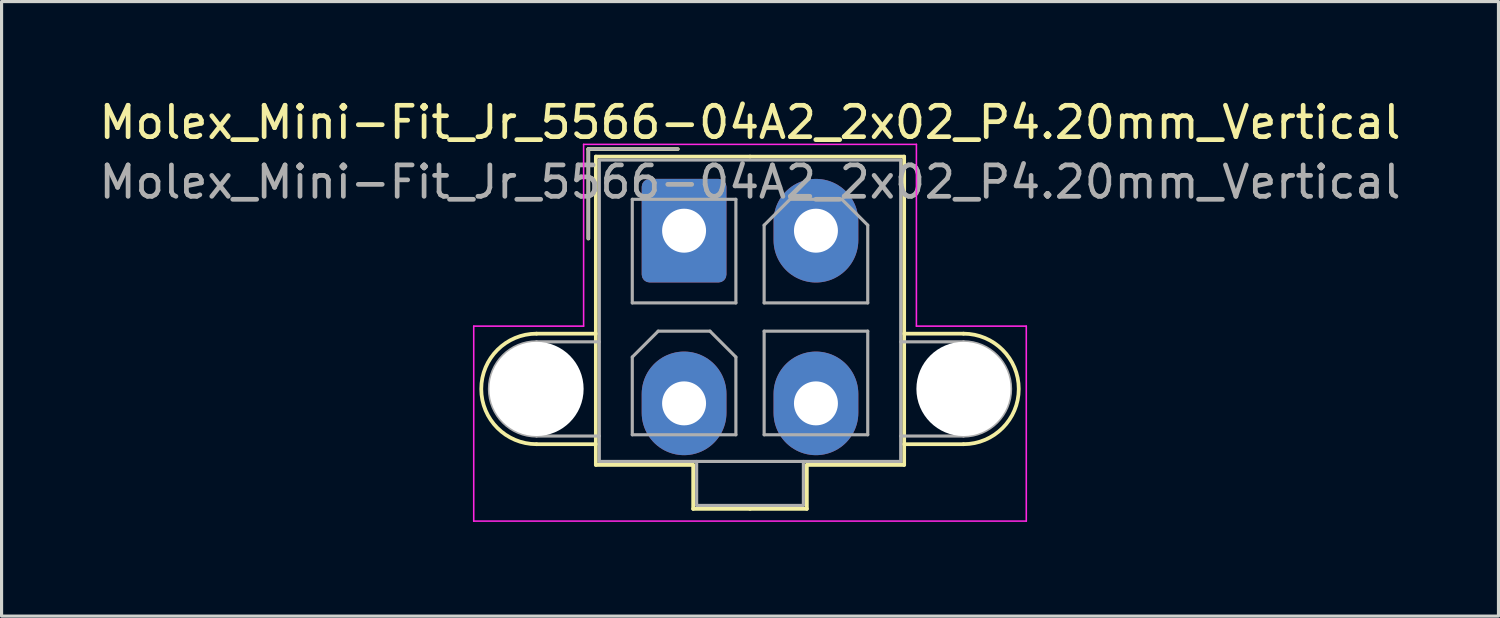
<source format=kicad_pcb>
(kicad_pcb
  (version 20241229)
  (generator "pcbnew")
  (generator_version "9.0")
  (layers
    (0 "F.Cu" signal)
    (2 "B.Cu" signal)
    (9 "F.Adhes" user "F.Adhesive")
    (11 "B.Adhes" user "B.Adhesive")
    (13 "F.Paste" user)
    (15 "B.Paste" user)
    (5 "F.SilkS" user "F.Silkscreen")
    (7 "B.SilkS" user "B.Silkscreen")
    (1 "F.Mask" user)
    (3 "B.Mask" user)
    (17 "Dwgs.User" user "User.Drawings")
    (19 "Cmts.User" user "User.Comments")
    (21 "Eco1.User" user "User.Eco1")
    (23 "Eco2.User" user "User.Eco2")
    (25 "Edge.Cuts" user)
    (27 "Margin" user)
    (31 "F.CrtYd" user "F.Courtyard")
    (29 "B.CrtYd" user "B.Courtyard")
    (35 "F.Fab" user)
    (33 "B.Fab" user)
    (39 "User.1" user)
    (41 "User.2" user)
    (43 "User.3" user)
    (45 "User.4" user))
  (footprint "Molex_Mini-Fit_Jr_5566-04A2_2x02_P4.20mm_Vertical"
    (layer "F.Cu")
    (at 18.739 4.298)
    (property "Reference" "Molex_Mini-Fit_Jr_5566-04A2_2x02_P4.20mm_Vertical" (at 2.1 -3.45 0) (layer "F.SilkS") (effects (font (size 1 1) (thickness 0.15))))
    (attr through_hole)
    (fp_line (start -4.7 3.28) (end -2.81 3.28) (stroke (width 0.12) (type solid)) (layer "F.SilkS"))
    (fp_line (start -4.7 6.8) (end -2.81 6.8) (stroke (width 0.12) (type solid)) (layer "F.SilkS"))
    (fp_line (start -3.05 -2.6) (end -3.05 0.25) (stroke (width 0.12) (type solid)) (layer "F.SilkS"))
    (fp_line (start -2.81 -2.36) (end -2.81 7.46) (stroke (width 0.12) (type solid)) (layer "F.SilkS"))
    (fp_line (start -2.81 7.46) (end 0.29 7.46) (stroke (width 0.12) (type solid)) (layer "F.SilkS"))
    (fp_line (start -0.2 -2.6) (end -3.05 -2.6) (stroke (width 0.12) (type solid)) (layer "F.SilkS"))
    (fp_line (start 0.29 7.46) (end 0.29 8.86) (stroke (width 0.12) (type solid)) (layer "F.SilkS"))
    (fp_line (start 0.29 8.86) (end 2.1 8.86) (stroke (width 0.12) (type solid)) (layer "F.SilkS"))
    (fp_line (start 2.1 -2.36) (end -2.81 -2.36) (stroke (width 0.12) (type solid)) (layer "F.SilkS"))
    (fp_line (start 2.1 -2.36) (end 7.01 -2.36) (stroke (width 0.12) (type solid)) (layer "F.SilkS"))
    (fp_line (start 3.91 7.46) (end 3.91 8.86) (stroke (width 0.12) (type solid)) (layer "F.SilkS"))
    (fp_line (start 3.91 8.86) (end 2.1 8.86) (stroke (width 0.12) (type solid)) (layer "F.SilkS"))
    (fp_line (start 7.01 -2.36) (end 7.01 7.46) (stroke (width 0.12) (type solid)) (layer "F.SilkS"))
    (fp_line (start 7.01 7.46) (end 3.91 7.46) (stroke (width 0.12) (type solid)) (layer "F.SilkS"))
    (fp_line (start 8.9 3.28) (end 7.01 3.28) (stroke (width 0.12) (type solid)) (layer "F.SilkS"))
    (fp_line (start 8.9 6.8) (end 7.01 6.8) (stroke (width 0.12) (type solid)) (layer "F.SilkS"))
    (fp_arc (start -4.7 6.8) (mid -6.46 5.04) (end -4.7 3.28) (stroke (width 0.12) (type solid)) (layer "F.SilkS"))
    (fp_arc (start 8.9 3.28) (mid 10.66 5.04) (end 8.9 6.8) (stroke (width 0.12) (type solid)) (layer "F.SilkS"))
    (fp_line (start -6.7 3.04) (end -6.7 9.25) (stroke (width 0.05) (type solid)) (layer "F.CrtYd"))
    (fp_line (start -6.7 9.25) (end 10.9 9.25) (stroke (width 0.05) (type solid)) (layer "F.CrtYd"))
    (fp_line (start -3.2 -2.75) (end -3.2 3.04) (stroke (width 0.05) (type solid)) (layer "F.CrtYd"))
    (fp_line (start -3.2 3.04) (end -6.7 3.04) (stroke (width 0.05) (type solid)) (layer "F.CrtYd"))
    (fp_line (start 7.4 -2.75) (end -3.2 -2.75) (stroke (width 0.05) (type solid)) (layer "F.CrtYd"))
    (fp_line (start 7.4 3.04) (end 7.4 -2.75) (stroke (width 0.05) (type solid)) (layer "F.CrtYd"))
    (fp_line (start 10.9 3.04) (end 7.4 3.04) (stroke (width 0.05) (type solid)) (layer "F.CrtYd"))
    (fp_line (start 10.9 9.25) (end 10.9 3.04) (stroke (width 0.05) (type solid)) (layer "F.CrtYd"))
    (fp_line (start -4.7 3.54) (end -2.7 3.54) (stroke (width 0.1) (type solid)) (layer "F.Fab"))
    (fp_line (start -4.7 6.54) (end -2.7 6.54) (stroke (width 0.1) (type solid)) (layer "F.Fab"))
    (fp_line (start -3.05 -2.6) (end -3.05 0.25) (stroke (width 0.1) (type solid)) (layer "F.Fab"))
    (fp_line (start -2.7 -2.25) (end -2.7 7.35) (stroke (width 0.1) (type solid)) (layer "F.Fab"))
    (fp_line (start -2.7 7.35) (end 6.9 7.35) (stroke (width 0.1) (type solid)) (layer "F.Fab"))
    (fp_line (start -1.65 -1) (end -1.65 2.3) (stroke (width 0.1) (type solid)) (layer "F.Fab"))
    (fp_line (start -1.65 2.3) (end 1.65 2.3) (stroke (width 0.1) (type solid)) (layer "F.Fab"))
    (fp_line (start -1.65 4.025) (end -0.825 3.2) (stroke (width 0.1) (type solid)) (layer "F.Fab"))
    (fp_line (start -1.65 6.5) (end -1.65 4.025) (stroke (width 0.1) (type solid)) (layer "F.Fab"))
    (fp_line (start -0.825 3.2) (end 0.825 3.2) (stroke (width 0.1) (type solid)) (layer "F.Fab"))
    (fp_line (start -0.2 -2.6) (end -3.05 -2.6) (stroke (width 0.1) (type solid)) (layer "F.Fab"))
    (fp_line (start 0.4 7.35) (end 0.4 8.75) (stroke (width 0.1) (type solid)) (layer "F.Fab"))
    (fp_line (start 0.4 8.75) (end 3.8 8.75) (stroke (width 0.1) (type solid)) (layer "F.Fab"))
    (fp_line (start 0.825 3.2) (end 1.65 4.025) (stroke (width 0.1) (type solid)) (layer "F.Fab"))
    (fp_line (start 1.65 -1) (end -1.65 -1) (stroke (width 0.1) (type solid)) (layer "F.Fab"))
    (fp_line (start 1.65 2.3) (end 1.65 -1) (stroke (width 0.1) (type solid)) (layer "F.Fab"))
    (fp_line (start 1.65 4.025) (end 1.65 6.5) (stroke (width 0.1) (type solid)) (layer "F.Fab"))
    (fp_line (start 1.65 6.5) (end -1.65 6.5) (stroke (width 0.1) (type solid)) (layer "F.Fab"))
    (fp_line (start 2.55 -0.175) (end 3.375 -1) (stroke (width 0.1) (type solid)) (layer "F.Fab"))
    (fp_line (start 2.55 2.3) (end 2.55 -0.175) (stroke (width 0.1) (type solid)) (layer "F.Fab"))
    (fp_line (start 2.55 3.2) (end 2.55 6.5) (stroke (width 0.1) (type solid)) (layer "F.Fab"))
    (fp_line (start 2.55 6.5) (end 5.85 6.5) (stroke (width 0.1) (type solid)) (layer "F.Fab"))
    (fp_line (start 3.375 -1) (end 5.025 -1) (stroke (width 0.1) (type solid)) (layer "F.Fab"))
    (fp_line (start 3.8 8.75) (end 3.8 7.35) (stroke (width 0.1) (type solid)) (layer "F.Fab"))
    (fp_line (start 5.025 -1) (end 5.85 -0.175) (stroke (width 0.1) (type solid)) (layer "F.Fab"))
    (fp_line (start 5.85 -0.175) (end 5.85 2.3) (stroke (width 0.1) (type solid)) (layer "F.Fab"))
    (fp_line (start 5.85 2.3) (end 2.55 2.3) (stroke (width 0.1) (type solid)) (layer "F.Fab"))
    (fp_line (start 5.85 3.2) (end 2.55 3.2) (stroke (width 0.1) (type solid)) (layer "F.Fab"))
    (fp_line (start 5.85 6.5) (end 5.85 3.2) (stroke (width 0.1) (type solid)) (layer "F.Fab"))
    (fp_line (start 6.9 -2.25) (end -2.7 -2.25) (stroke (width 0.1) (type solid)) (layer "F.Fab"))
    (fp_line (start 6.9 7.35) (end 6.9 -2.25) (stroke (width 0.1) (type solid)) (layer "F.Fab"))
    (fp_line (start 8.9 3.54) (end 6.9 3.54) (stroke (width 0.1) (type solid)) (layer "F.Fab"))
    (fp_line (start 8.9 6.54) (end 6.9 6.54) (stroke (width 0.1) (type solid)) (layer "F.Fab"))
    (fp_arc (start -4.7 6.54) (mid -6.2 5.04) (end -4.7 3.54) (stroke (width 0.1) (type solid)) (layer "F.Fab"))
    (fp_arc (start 8.9 3.54) (mid 10.4 5.04) (end 8.9 6.54) (stroke (width 0.1) (type solid)) (layer "F.Fab"))
    (fp_text user "${REFERENCE}" (at 2.1 -1.55 0) (layer "F.Fab") (effects (font (size 1 1) (thickness 0.15))))
    (pad "" np_thru_hole circle (at -4.7 5.04) (size 3 3) (drill 3) (layers "*.Cu" "*.Mask"))
    (pad "" np_thru_hole circle (at 8.9 5.04) (size 3 3) (drill 3) (layers "*.Cu" "*.Mask"))
    (pad "1" thru_hole roundrect (at 0 0) (size 2.7 3.3) (drill 1.4) (layers "*.Cu" "*.Mask") (roundrect_rratio 0.093))
    (pad "2" thru_hole oval (at 4.2 0) (size 2.7 3.3) (drill 1.4) (layers "*.Cu" "*.Mask"))
    (pad "3" thru_hole oval (at 0 5.5) (size 2.7 3.3) (drill 1.4) (layers "*.Cu" "*.Mask"))
    (pad "4" thru_hole oval (at 4.2 5.5) (size 2.7 3.3) (drill 1.4) (layers "*.Cu" "*.Mask")))
  (gr_rect
    (start -3 -3)
    (end 44.679 16.573)
    (stroke (width 0.1) (type default))
    (fill no)
    (layer "Edge.Cuts")))
</source>
